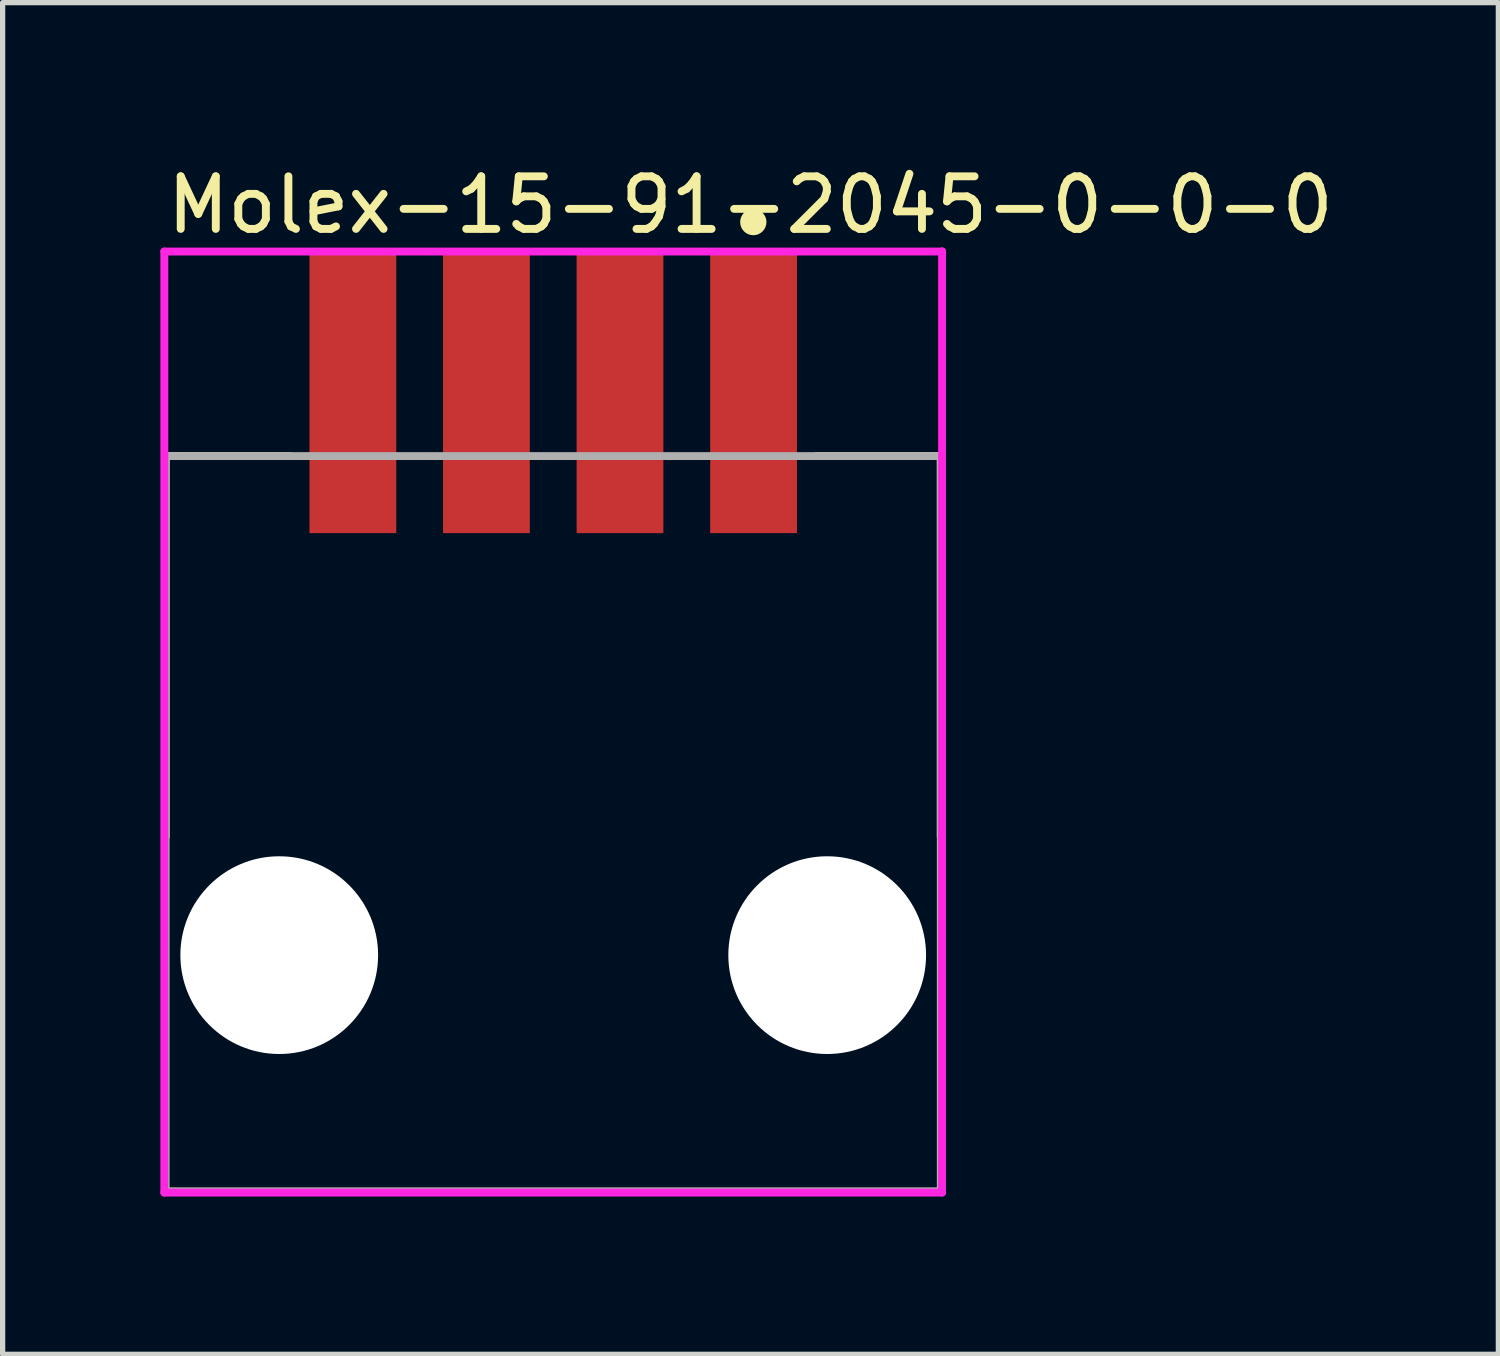
<source format=kicad_pcb>
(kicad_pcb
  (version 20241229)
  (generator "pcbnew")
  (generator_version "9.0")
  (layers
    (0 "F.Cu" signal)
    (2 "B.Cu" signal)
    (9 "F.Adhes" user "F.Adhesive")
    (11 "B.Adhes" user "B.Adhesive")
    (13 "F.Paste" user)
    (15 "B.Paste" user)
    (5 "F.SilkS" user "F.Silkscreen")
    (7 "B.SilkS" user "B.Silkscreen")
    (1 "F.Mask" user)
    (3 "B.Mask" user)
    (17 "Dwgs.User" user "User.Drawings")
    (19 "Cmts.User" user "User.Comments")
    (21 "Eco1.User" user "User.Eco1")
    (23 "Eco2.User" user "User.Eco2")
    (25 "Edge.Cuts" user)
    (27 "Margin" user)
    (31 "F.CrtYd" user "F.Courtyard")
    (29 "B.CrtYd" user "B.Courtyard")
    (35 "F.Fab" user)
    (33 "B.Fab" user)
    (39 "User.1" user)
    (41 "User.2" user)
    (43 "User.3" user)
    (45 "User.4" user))
  (footprint "Molex-15-91-2045-0-0-0"
    (layer "F.Cu")
    (at 7.47 12.613)
    (property "Reference" "Molex-15-91-2045-0-0-0" (at -7.42 -11.765 0) (layer "F.SilkS") (effects (font (size 1 1) (thickness 0.15)) (justify left)))
    (attr through_hole)
    (fp_line (start -7.37 -6.99) (end -5.01 -6.99) (stroke (width 0.15) (type solid)) (layer "F.SilkS"))
    (fp_line (start -7.37 0.245) (end -7.37 -6.99) (stroke (width 0.15) (type solid)) (layer "F.SilkS"))
    (fp_line (start 5.01 -6.99) (end 7.37 -6.99) (stroke (width 0.15) (type solid)) (layer "F.SilkS"))
    (fp_line (start 7.37 0.245) (end 7.37 -6.99) (stroke (width 0.15) (type solid)) (layer "F.SilkS"))
    (fp_circle (center 3.805 -11.44) (end 3.93 -11.44) (stroke (width 0.25) (type solid)) (fill no) (layer "F.SilkS"))
    (fp_line (start -7.395 -10.88) (end -7.395 7.015) (stroke (width 0.15) (type solid)) (layer "F.CrtYd"))
    (fp_line (start -7.395 7.015) (end 7.395 7.015) (stroke (width 0.15) (type solid)) (layer "F.CrtYd"))
    (fp_line (start 7.395 -10.88) (end -7.395 -10.88) (stroke (width 0.15) (type solid)) (layer "F.CrtYd"))
    (fp_line (start 7.395 -10.88) (end 7.395 -10.88) (stroke (width 0.15) (type solid)) (layer "F.CrtYd"))
    (fp_line (start 7.395 7.015) (end 7.395 -10.88) (stroke (width 0.15) (type solid)) (layer "F.CrtYd"))
    (fp_line (start -7.37 -6.99) (end 7.37 -6.99) (stroke (width 0.15) (type solid)) (layer "F.Fab"))
    (fp_line (start -7.37 6.99) (end -7.37 -6.99) (stroke (width 0.15) (type solid)) (layer "F.Fab"))
    (fp_line (start 7.37 -6.99) (end 7.37 6.99) (stroke (width 0.15) (type solid)) (layer "F.Fab"))
    (fp_line (start 7.37 6.99) (end -7.37 6.99) (stroke (width 0.15) (type solid)) (layer "F.Fab"))
    (pad "" np_thru_hole circle (at -5.21 2.5) (size 3.76 3.76) (drill 3.76) (layers "*.Cu" "*.Mask"))
    (pad "" np_thru_hole circle (at 5.21 2.5) (size 3.76 3.76) (drill 3.76) (layers "*.Cu" "*.Mask"))
    (pad "1" smd rect (at 3.81 -8.19) (size 1.65 5.33) (layers "F.Cu" "F.Mask" "F.Paste"))
    (pad "2" smd rect (at 1.27 -8.19) (size 1.65 5.33) (layers "F.Cu" "F.Mask" "F.Paste"))
    (pad "3" smd rect (at -1.27 -8.19) (size 1.65 5.33) (layers "F.Cu" "F.Mask" "F.Paste"))
    (pad "4" smd rect (at -3.81 -8.19) (size 1.65 5.33) (layers "F.Cu" "F.Mask" "F.Paste")))
  (gr_rect
    (start -3 -3)
    (end 25.443 22.703)
    (stroke (width 0.1) (type default))
    (fill no)
    (layer "Edge.Cuts")))
</source>
